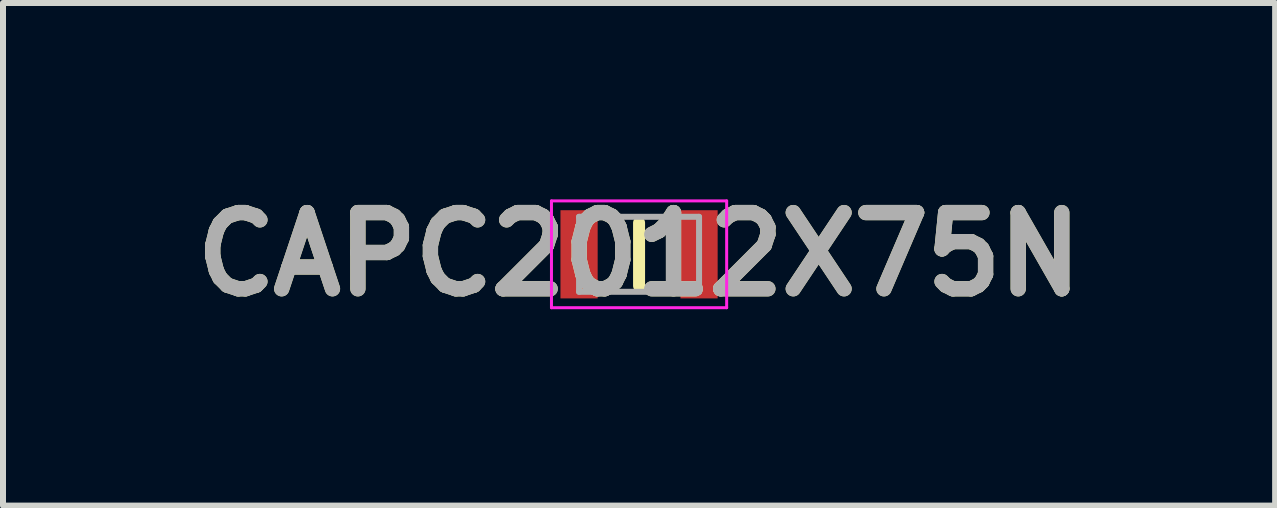
<source format=kicad_pcb>
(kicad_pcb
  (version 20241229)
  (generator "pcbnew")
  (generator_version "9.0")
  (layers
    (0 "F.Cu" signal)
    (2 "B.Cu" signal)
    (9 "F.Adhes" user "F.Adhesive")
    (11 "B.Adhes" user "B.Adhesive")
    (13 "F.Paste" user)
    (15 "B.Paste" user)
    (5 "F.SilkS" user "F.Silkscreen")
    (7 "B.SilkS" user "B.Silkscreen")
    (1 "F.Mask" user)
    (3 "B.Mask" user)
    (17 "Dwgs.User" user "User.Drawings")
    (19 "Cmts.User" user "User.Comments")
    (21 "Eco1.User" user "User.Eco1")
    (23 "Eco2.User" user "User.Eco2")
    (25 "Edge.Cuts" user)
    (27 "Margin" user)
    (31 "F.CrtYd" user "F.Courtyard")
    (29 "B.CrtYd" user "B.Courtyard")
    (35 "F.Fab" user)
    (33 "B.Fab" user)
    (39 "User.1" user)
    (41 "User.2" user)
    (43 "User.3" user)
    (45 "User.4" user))
  (footprint "CAPC2012X75N"
    (layer "F.Cu")
    (at 7.602 1.189)
    (property "Reference" "CAPC2012X75N" (at 0 0 0) (layer "F.SilkS") (effects (font (size 1.27 1.27) (thickness 0.254))))
    (attr smd)
    (fp_line (start 0 -0.525) (end 0 0.525) (stroke (width 0.2) (type solid)) (layer "F.SilkS"))
    (fp_line (start -1.46 -0.89) (end 1.46 -0.89) (stroke (width 0.05) (type solid)) (layer "F.CrtYd"))
    (fp_line (start -1.46 0.89) (end -1.46 -0.89) (stroke (width 0.05) (type solid)) (layer "F.CrtYd"))
    (fp_line (start 1.46 -0.89) (end 1.46 0.89) (stroke (width 0.05) (type solid)) (layer "F.CrtYd"))
    (fp_line (start 1.46 0.89) (end -1.46 0.89) (stroke (width 0.05) (type solid)) (layer "F.CrtYd"))
    (fp_line (start -1 -0.625) (end 1 -0.625) (stroke (width 0.1) (type solid)) (layer "F.Fab"))
    (fp_line (start -1 0.625) (end -1 -0.625) (stroke (width 0.1) (type solid)) (layer "F.Fab"))
    (fp_line (start 1 -0.625) (end 1 0.625) (stroke (width 0.1) (type solid)) (layer "F.Fab"))
    (fp_line (start 1 0.625) (end -1 0.625) (stroke (width 0.1) (type solid)) (layer "F.Fab"))
    (fp_text user "${REFERENCE}" (at 0 0 0) (layer "F.Fab") (effects (font (size 1.27 1.27) (thickness 0.254))))
    (pad "1" smd rect (at -1 0) (size 0.62 1.47) (layers "F.Cu" "F.Mask" "F.Paste"))
    (pad "2" smd rect (at 1 0) (size 0.62 1.47) (layers "F.Cu" "F.Mask" "F.Paste")))
  (gr_rect
    (start -3 -3)
    (end 18.204 5.377)
    (stroke (width 0.1) (type default))
    (fill no)
    (layer "Edge.Cuts")))
</source>
